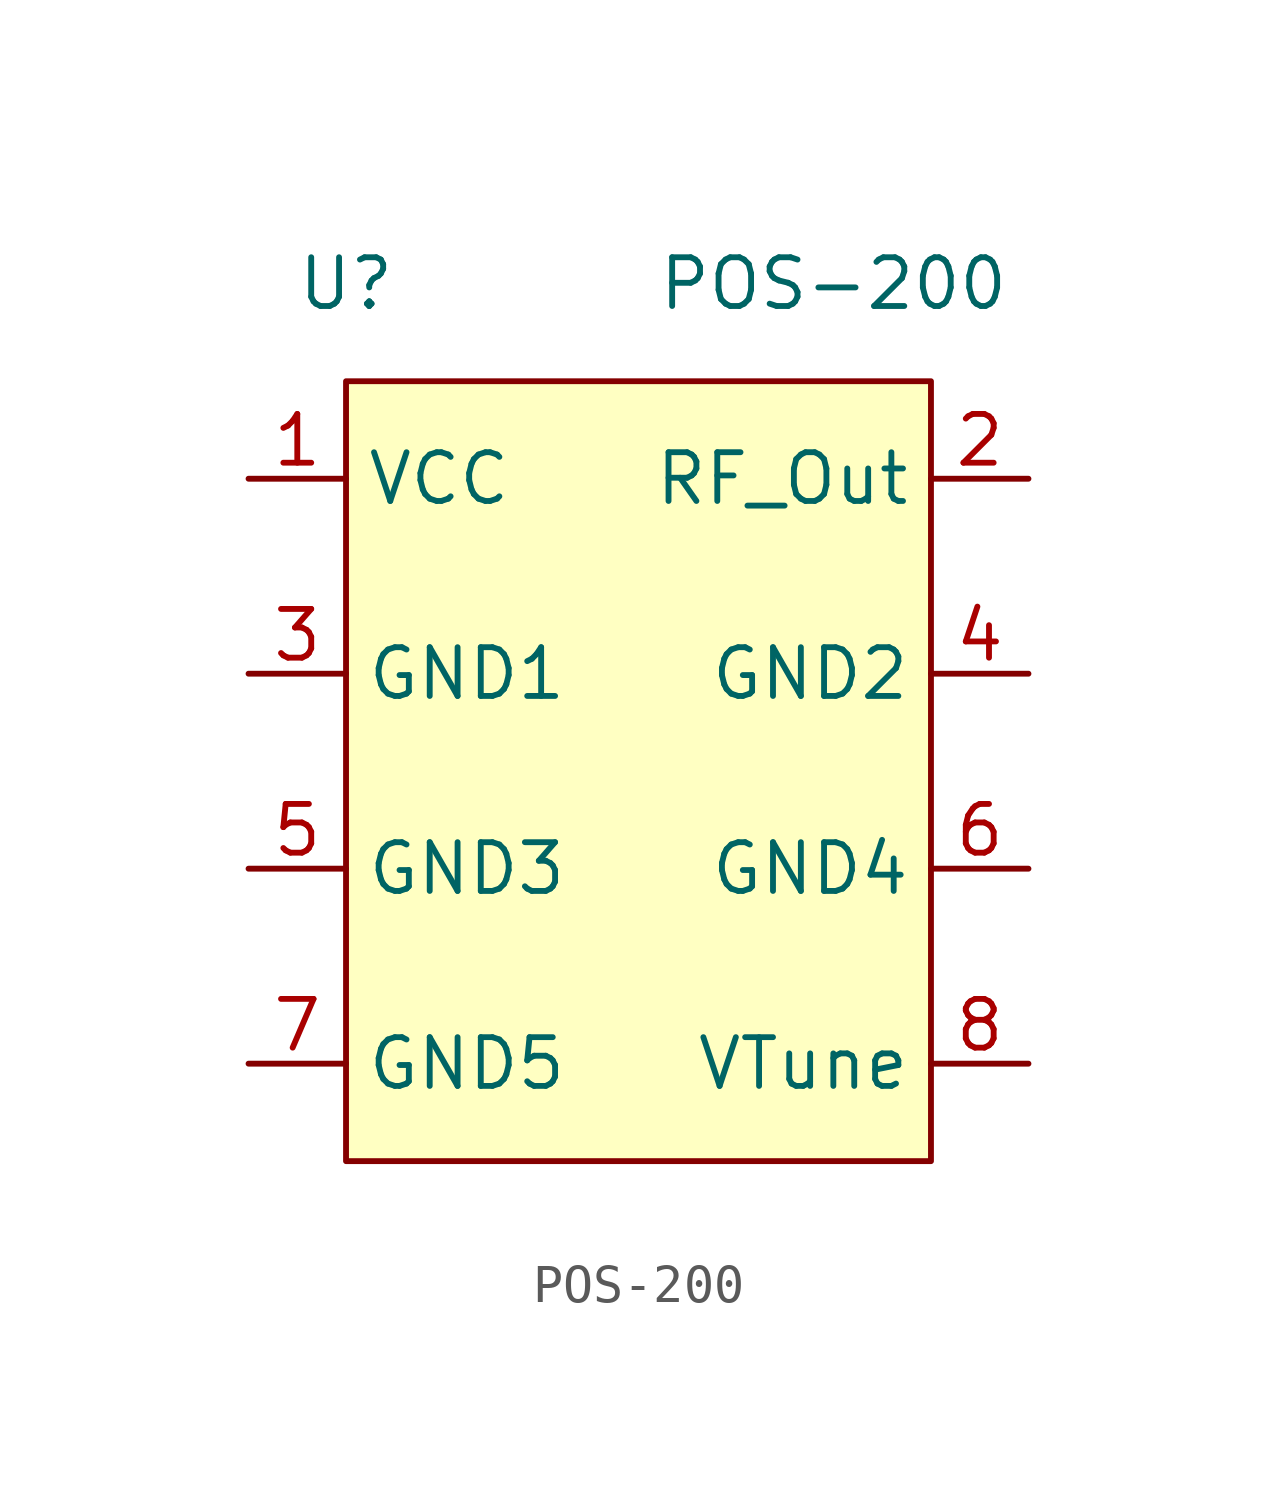
<source format=kicad_sym>
(kicad_symbol_lib
  (version 20220914)
  (generator kicad_symbol_editor)
  (symbol "POS-200"
    (property "Reference" "U"
      (at -7.62 12.7 0)
      (effects (font (size 1.27 1.27))))
    (property "Value" "POS-200"
      (at 5.08 12.7 0)
      (effects (font (size 1.27 1.27))))
    (symbol "POS-200_0_1"
      (rectangle (start -7.62 10.16) (end 7.62 -10.16) (stroke (width 0) (type default)) (fill (type background))))
    (symbol "POS-200_1_1"
      (pin power_in line (at -10.16 7.62 0) (length 2.54) (name "VCC" (effects (font (size 1.27 1.27)))) (number "1" (effects (font (size 1.27 1.27)))))
      (pin passive line (at 10.16 7.62 180) (length 2.54) (name "RF_Out" (effects (font (size 1.27 1.27)))) (number "2" (effects (font (size 1.27 1.27)))))
      (pin power_in line (at -10.16 2.54 0) (length 2.54) (name "GND1" (effects (font (size 1.27 1.27)))) (number "3" (effects (font (size 1.27 1.27)))))
      (pin power_in line (at 10.16 2.54 180) (length 2.54) (name "GND2" (effects (font (size 1.27 1.27)))) (number "4" (effects (font (size 1.27 1.27)))))
      (pin power_in line (at -10.16 -2.54 0) (length 2.54) (name "GND3" (effects (font (size 1.27 1.27)))) (number "5" (effects (font (size 1.27 1.27)))))
      (pin power_in line (at 10.16 -2.54 180) (length 2.54) (name "GND4" (effects (font (size 1.27 1.27)))) (number "6" (effects (font (size 1.27 1.27)))))
      (pin power_in line (at -10.16 -7.62 0) (length 2.54) (name "GND5" (effects (font (size 1.27 1.27)))) (number "7" (effects (font (size 1.27 1.27)))))
      (pin passive line (at 10.16 -7.62 180) (length 2.54) (name "VTune" (effects (font (size 1.27 1.27)))) (number "8" (effects (font (size 1.27 1.27))))))))
</source>
